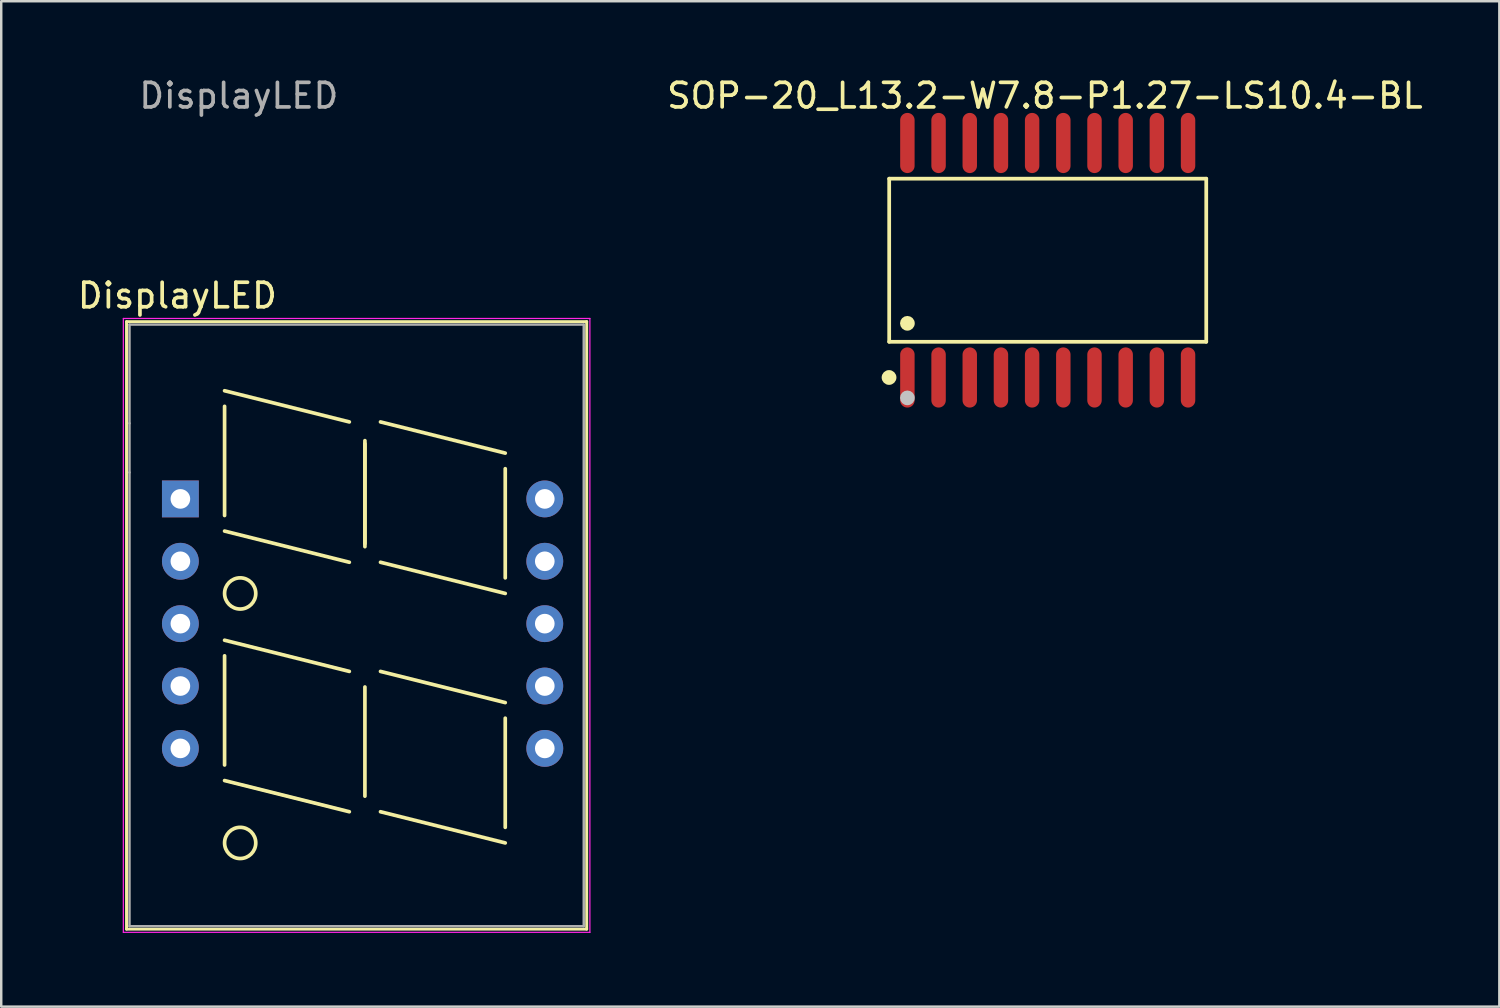
<source format=kicad_pcb>
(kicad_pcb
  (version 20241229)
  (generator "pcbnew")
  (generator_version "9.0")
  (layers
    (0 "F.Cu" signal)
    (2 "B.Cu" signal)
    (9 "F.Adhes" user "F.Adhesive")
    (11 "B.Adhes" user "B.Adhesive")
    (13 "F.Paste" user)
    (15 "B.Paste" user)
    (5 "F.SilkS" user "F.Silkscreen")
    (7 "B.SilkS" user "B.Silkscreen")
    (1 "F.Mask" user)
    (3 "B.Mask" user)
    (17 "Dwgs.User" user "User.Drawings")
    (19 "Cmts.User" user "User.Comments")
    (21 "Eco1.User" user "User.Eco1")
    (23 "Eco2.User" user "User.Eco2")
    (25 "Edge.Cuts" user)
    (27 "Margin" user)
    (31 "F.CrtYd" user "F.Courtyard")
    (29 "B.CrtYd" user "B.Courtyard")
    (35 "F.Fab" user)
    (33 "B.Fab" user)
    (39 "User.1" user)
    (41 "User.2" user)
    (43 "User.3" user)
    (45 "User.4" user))
  (footprint "SOP-20_L13.2-W7.8-P1.27-LS10.4-BL"
    (layer "F.Cu")
    (at 39.618 7.548)
    (property "Reference" "SOP-20_L13.2-W7.8-P1.27-LS10.4-BL" (at -0.115 -6.7 0) (unlocked yes) (layer "F.SilkS") (effects (font (size 1 1) (thickness 0.15))))
    (fp_line (start -6.456 -3.321) (end 6.456 -3.321) (stroke (width 0.152) (type default)) (layer "F.SilkS"))
    (fp_line (start -6.456 3.321) (end -6.456 -3.321) (stroke (width 0.152) (type default)) (layer "F.SilkS"))
    (fp_line (start 6.456 -3.321) (end 6.456 3.321) (stroke (width 0.152) (type default)) (layer "F.SilkS"))
    (fp_line (start 6.456 3.321) (end -6.456 3.321) (stroke (width 0.152) (type default)) (layer "F.SilkS"))
    (fp_circle (center -6.462 4.775) (end -6.311 4.775) (stroke (width 0.3) (type default)) (fill no) (layer "F.SilkS"))
    (fp_circle (center -5.715 2.569) (end -5.565 2.569) (stroke (width 0.3) (type default)) (fill no) (layer "F.SilkS"))
    (fp_circle (center -5.715 5.605) (end -5.565 5.605) (stroke (width 0.3) (type default)) (fill no) (layer "Dwgs.User"))
    (fp_poly (pts (xy -5.925 -5.205) (xy -5.925 -4.37) (xy -5.505 -4.37) (xy -5.505 -5.205)) (stroke (width 0.1) (type default)) (fill no) (layer "User.1"))
    (fp_poly (pts (xy -5.925 -4.38) (xy -5.925 -3.74) (xy -5.505 -3.74) (xy -5.505 -4.38)) (stroke (width 0.1) (type default)) (fill no) (layer "User.1"))
    (fp_poly (pts (xy -5.925 4.38) (xy -5.925 3.74) (xy -5.505 3.74) (xy -5.505 4.38)) (stroke (width 0.1) (type default)) (fill no) (layer "User.1"))
    (fp_poly (pts (xy -5.925 5.205) (xy -5.925 4.37) (xy -5.505 4.37) (xy -5.505 5.205)) (stroke (width 0.1) (type default)) (fill no) (layer "User.1"))
    (fp_poly (pts (xy -4.655 -5.205) (xy -4.655 -4.37) (xy -4.235 -4.37) (xy -4.235 -5.205)) (stroke (width 0.1) (type default)) (fill no) (layer "User.1"))
    (fp_poly (pts (xy -4.655 -4.38) (xy -4.655 -3.74) (xy -4.235 -3.74) (xy -4.235 -4.38)) (stroke (width 0.1) (type default)) (fill no) (layer "User.1"))
    (fp_poly (pts (xy -4.655 4.38) (xy -4.655 3.74) (xy -4.235 3.74) (xy -4.235 4.38)) (stroke (width 0.1) (type default)) (fill no) (layer "User.1"))
    (fp_poly (pts (xy -4.655 5.205) (xy -4.655 4.37) (xy -4.235 4.37) (xy -4.235 5.205)) (stroke (width 0.1) (type default)) (fill no) (layer "User.1"))
    (fp_poly (pts (xy -3.385 -5.205) (xy -3.385 -4.37) (xy -2.965 -4.37) (xy -2.965 -5.205)) (stroke (width 0.1) (type default)) (fill no) (layer "User.1"))
    (fp_poly (pts (xy -3.385 -4.38) (xy -3.385 -3.74) (xy -2.965 -3.74) (xy -2.965 -4.38)) (stroke (width 0.1) (type default)) (fill no) (layer "User.1"))
    (fp_poly (pts (xy -3.385 4.38) (xy -3.385 3.74) (xy -2.965 3.74) (xy -2.965 4.38)) (stroke (width 0.1) (type default)) (fill no) (layer "User.1"))
    (fp_poly (pts (xy -3.385 5.205) (xy -3.385 4.37) (xy -2.965 4.37) (xy -2.965 5.205)) (stroke (width 0.1) (type default)) (fill no) (layer "User.1"))
    (fp_poly (pts (xy -2.115 -5.205) (xy -2.115 -4.37) (xy -1.695 -4.37) (xy -1.695 -5.205)) (stroke (width 0.1) (type default)) (fill no) (layer "User.1"))
    (fp_poly (pts (xy -2.115 -4.38) (xy -2.115 -3.74) (xy -1.695 -3.74) (xy -1.695 -4.38)) (stroke (width 0.1) (type default)) (fill no) (layer "User.1"))
    (fp_poly (pts (xy -2.115 4.38) (xy -2.115 3.74) (xy -1.695 3.74) (xy -1.695 4.38)) (stroke (width 0.1) (type default)) (fill no) (layer "User.1"))
    (fp_poly (pts (xy -2.115 5.205) (xy -2.115 4.37) (xy -1.695 4.37) (xy -1.695 5.205)) (stroke (width 0.1) (type default)) (fill no) (layer "User.1"))
    (fp_poly (pts (xy -0.845 -5.205) (xy -0.845 -4.37) (xy -0.425 -4.37) (xy -0.425 -5.205)) (stroke (width 0.1) (type default)) (fill no) (layer "User.1"))
    (fp_poly (pts (xy -0.845 -4.38) (xy -0.845 -3.74) (xy -0.425 -3.74) (xy -0.425 -4.38)) (stroke (width 0.1) (type default)) (fill no) (layer "User.1"))
    (fp_poly (pts (xy -0.845 4.38) (xy -0.845 3.74) (xy -0.425 3.74) (xy -0.425 4.38)) (stroke (width 0.1) (type default)) (fill no) (layer "User.1"))
    (fp_poly (pts (xy -0.845 5.205) (xy -0.845 4.37) (xy -0.425 4.37) (xy -0.425 5.205)) (stroke (width 0.1) (type default)) (fill no) (layer "User.1"))
    (fp_poly (pts (xy 0.425 -5.205) (xy 0.425 -4.37) (xy 0.845 -4.37) (xy 0.845 -5.205)) (stroke (width 0.1) (type default)) (fill no) (layer "User.1"))
    (fp_poly (pts (xy 0.425 -4.38) (xy 0.425 -3.74) (xy 0.845 -3.74) (xy 0.845 -4.38)) (stroke (width 0.1) (type default)) (fill no) (layer "User.1"))
    (fp_poly (pts (xy 0.425 4.38) (xy 0.425 3.74) (xy 0.845 3.74) (xy 0.845 4.38)) (stroke (width 0.1) (type default)) (fill no) (layer "User.1"))
    (fp_poly (pts (xy 0.425 5.205) (xy 0.425 4.37) (xy 0.845 4.37) (xy 0.845 5.205)) (stroke (width 0.1) (type default)) (fill no) (layer "User.1"))
    (fp_poly (pts (xy 1.695 -5.205) (xy 1.695 -4.37) (xy 2.115 -4.37) (xy 2.115 -5.205)) (stroke (width 0.1) (type default)) (fill no) (layer "User.1"))
    (fp_poly (pts (xy 1.695 -4.38) (xy 1.695 -3.74) (xy 2.115 -3.74) (xy 2.115 -4.38)) (stroke (width 0.1) (type default)) (fill no) (layer "User.1"))
    (fp_poly (pts (xy 1.695 4.38) (xy 1.695 3.74) (xy 2.115 3.74) (xy 2.115 4.38)) (stroke (width 0.1) (type default)) (fill no) (layer "User.1"))
    (fp_poly (pts (xy 1.695 5.205) (xy 1.695 4.37) (xy 2.115 4.37) (xy 2.115 5.205)) (stroke (width 0.1) (type default)) (fill no) (layer "User.1"))
    (fp_poly (pts (xy 2.965 -5.205) (xy 2.965 -4.37) (xy 3.385 -4.37) (xy 3.385 -5.205)) (stroke (width 0.1) (type default)) (fill no) (layer "User.1"))
    (fp_poly (pts (xy 2.965 -4.38) (xy 2.965 -3.74) (xy 3.385 -3.74) (xy 3.385 -4.38)) (stroke (width 0.1) (type default)) (fill no) (layer "User.1"))
    (fp_poly (pts (xy 2.965 4.38) (xy 2.965 3.74) (xy 3.385 3.74) (xy 3.385 4.38)) (stroke (width 0.1) (type default)) (fill no) (layer "User.1"))
    (fp_poly (pts (xy 2.965 5.205) (xy 2.965 4.37) (xy 3.385 4.37) (xy 3.385 5.205)) (stroke (width 0.1) (type default)) (fill no) (layer "User.1"))
    (fp_poly (pts (xy 4.235 -5.205) (xy 4.235 -4.37) (xy 4.655 -4.37) (xy 4.655 -5.205)) (stroke (width 0.1) (type default)) (fill no) (layer "User.1"))
    (fp_poly (pts (xy 4.235 -4.38) (xy 4.235 -3.74) (xy 4.655 -3.74) (xy 4.655 -4.38)) (stroke (width 0.1) (type default)) (fill no) (layer "User.1"))
    (fp_poly (pts (xy 4.235 4.38) (xy 4.235 3.74) (xy 4.655 3.74) (xy 4.655 4.38)) (stroke (width 0.1) (type default)) (fill no) (layer "User.1"))
    (fp_poly (pts (xy 4.235 5.205) (xy 4.235 4.37) (xy 4.655 4.37) (xy 4.655 5.205)) (stroke (width 0.1) (type default)) (fill no) (layer "User.1"))
    (fp_poly (pts (xy 5.505 -5.205) (xy 5.505 -4.37) (xy 5.925 -4.37) (xy 5.925 -5.205)) (stroke (width 0.1) (type default)) (fill no) (layer "User.1"))
    (fp_poly (pts (xy 5.505 -4.38) (xy 5.505 -3.74) (xy 5.925 -3.74) (xy 5.925 -4.38)) (stroke (width 0.1) (type default)) (fill no) (layer "User.1"))
    (fp_poly (pts (xy 5.505 4.38) (xy 5.505 3.74) (xy 5.925 3.74) (xy 5.925 4.38)) (stroke (width 0.1) (type default)) (fill no) (layer "User.1"))
    (fp_poly (pts (xy 5.505 5.205) (xy 5.505 4.37) (xy 5.925 4.37) (xy 5.925 5.205)) (stroke (width 0.1) (type default)) (fill no) (layer "User.1"))
    (fp_line (start -6.38 -3.75) (end 6.38 -3.75) (stroke (width 0.051) (type default)) (layer "User.2"))
    (fp_line (start -6.38 3.75) (end -6.38 -3.75) (stroke (width 0.051) (type default)) (layer "User.2"))
    (fp_line (start 6.38 -3.75) (end 6.38 3.75) (stroke (width 0.051) (type default)) (layer "User.2"))
    (fp_line (start 6.38 3.75) (end -6.38 3.75) (stroke (width 0.051) (type default)) (layer "User.2"))
    (fp_poly (pts (xy -6.32 5.205) (xy -6.338 5.163) (xy -6.38 5.145) (xy -6.422 5.163) (xy -6.44 5.205) (xy -6.422 5.247) (xy -6.38 5.265) (xy -6.338 5.247)) (stroke (width 0.1) (type default)) (fill no) (layer "User.3"))
    (pad "1" smd oval (at -5.715 4.775) (size 0.588 2.45) (layers "F.Cu" "F.Mask" "F.Paste"))
    (pad "2" smd oval (at -4.445 4.775) (size 0.588 2.45) (layers "F.Cu" "F.Mask" "F.Paste"))
    (pad "3" smd oval (at -3.175 4.775) (size 0.588 2.45) (layers "F.Cu" "F.Mask" "F.Paste"))
    (pad "4" smd oval (at -1.905 4.775) (size 0.588 2.45) (layers "F.Cu" "F.Mask" "F.Paste"))
    (pad "5" smd oval (at -0.635 4.775) (size 0.588 2.45) (layers "F.Cu" "F.Mask" "F.Paste"))
    (pad "6" smd oval (at 0.635 4.775) (size 0.588 2.45) (layers "F.Cu" "F.Mask" "F.Paste"))
    (pad "7" smd oval (at 1.905 4.775) (size 0.588 2.45) (layers "F.Cu" "F.Mask" "F.Paste"))
    (pad "8" smd oval (at 3.175 4.775) (size 0.588 2.45) (layers "F.Cu" "F.Mask" "F.Paste"))
    (pad "9" smd oval (at 4.445 4.775) (size 0.588 2.45) (layers "F.Cu" "F.Mask" "F.Paste"))
    (pad "10" smd oval (at 5.715 4.775) (size 0.588 2.45) (layers "F.Cu" "F.Mask" "F.Paste"))
    (pad "11" smd oval (at 5.715 -4.775) (size 0.588 2.45) (layers "F.Cu" "F.Mask" "F.Paste"))
    (pad "12" smd oval (at 4.445 -4.775) (size 0.588 2.45) (layers "F.Cu" "F.Mask" "F.Paste"))
    (pad "13" smd oval (at 3.175 -4.775) (size 0.588 2.45) (layers "F.Cu" "F.Mask" "F.Paste"))
    (pad "14" smd oval (at 1.905 -4.775) (size 0.588 2.45) (layers "F.Cu" "F.Mask" "F.Paste"))
    (pad "15" smd oval (at 0.635 -4.775) (size 0.588 2.45) (layers "F.Cu" "F.Mask" "F.Paste"))
    (pad "16" smd oval (at -0.635 -4.775) (size 0.588 2.45) (layers "F.Cu" "F.Mask" "F.Paste"))
    (pad "17" smd oval (at -1.905 -4.775) (size 0.588 2.45) (layers "F.Cu" "F.Mask" "F.Paste"))
    (pad "18" smd oval (at -3.175 -4.775) (size 0.588 2.45) (layers "F.Cu" "F.Mask" "F.Paste"))
    (pad "19" smd oval (at -4.445 -4.775) (size 0.588 2.45) (layers "F.Cu" "F.Mask" "F.Paste"))
    (pad "20" smd oval (at -5.715 -4.775) (size 0.588 2.45) (layers "F.Cu" "F.Mask" "F.Paste")))
  (footprint "DisplayLED"
    (layer "F.Cu")
    (at 11.176 21.848)
    (property "Reference" "DisplayLED" (at -7.003 -12.859 0) (layer "F.SilkS") (effects (font (size 1 1) (thickness 0.15))))
    (attr through_hole)
    (fp_line (start -9.073 -11.799) (end 9.667 -11.799) (stroke (width 0.12) (type solid)) (layer "F.SilkS"))
    (fp_line (start -9.073 12.941) (end -9.073 -11.799) (stroke (width 0.12) (type solid)) (layer "F.SilkS"))
    (fp_line (start -5.08 -8.35) (end -5.08 -3.905) (stroke (width 0.15) (type solid)) (layer "F.SilkS"))
    (fp_line (start -5.08 1.175) (end 0 2.445) (stroke (width 0.15) (type solid)) (layer "F.SilkS"))
    (fp_line (start -5.08 1.81) (end -5.08 6.255) (stroke (width 0.15) (type solid)) (layer "F.SilkS"))
    (fp_line (start 0 -7.715) (end -5.08 -8.985) (stroke (width 0.15) (type solid)) (layer "F.SilkS"))
    (fp_line (start 0 -2) (end -5.08 -3.27) (stroke (width 0.15) (type solid)) (layer "F.SilkS"))
    (fp_line (start 0 8.16) (end -5.08 6.89) (stroke (width 0.15) (type solid)) (layer "F.SilkS"))
    (fp_line (start 0.635 -6.953) (end 0.635 -2.635) (stroke (width 0.15) (type solid)) (layer "F.SilkS"))
    (fp_line (start 0.635 -6.826) (end 0.635 -2.762) (stroke (width 0.15) (type solid)) (layer "F.SilkS"))
    (fp_line (start 0.635 3.08) (end 0.635 7.525) (stroke (width 0.15) (type solid)) (layer "F.SilkS"))
    (fp_line (start 1.27 -7.715) (end 6.35 -6.445) (stroke (width 0.15) (type solid)) (layer "F.SilkS"))
    (fp_line (start 1.27 -2) (end 6.35 -0.73) (stroke (width 0.15) (type solid)) (layer "F.SilkS"))
    (fp_line (start 1.27 2.445) (end 6.35 3.715) (stroke (width 0.15) (type solid)) (layer "F.SilkS"))
    (fp_line (start 1.27 8.16) (end 6.35 9.43) (stroke (width 0.15) (type solid)) (layer "F.SilkS"))
    (fp_line (start 6.35 -5.81) (end 6.35 -1.365) (stroke (width 0.15) (type solid)) (layer "F.SilkS"))
    (fp_line (start 6.35 4.35) (end 6.35 8.795) (stroke (width 0.15) (type solid)) (layer "F.SilkS"))
    (fp_line (start 9.667 -11.799) (end 9.667 12.941) (stroke (width 0.12) (type solid)) (layer "F.SilkS"))
    (fp_line (start 9.667 12.941) (end -9.073 12.941) (stroke (width 0.12) (type solid)) (layer "F.SilkS"))
    (fp_circle (center -4.445 -0.73) (end -4.445 -0.095) (stroke (width 0.15) (type solid)) (fill no) (layer "F.SilkS"))
    (fp_circle (center -4.445 9.43) (end -4.445 10.065) (stroke (width 0.15) (type solid)) (fill no) (layer "F.SilkS"))
    (fp_line (start -9.203 -11.929) (end 9.797 -11.929) (stroke (width 0.05) (type solid)) (layer "F.CrtYd"))
    (fp_line (start -9.203 13.071) (end -9.203 -11.929) (stroke (width 0.05) (type solid)) (layer "F.CrtYd"))
    (fp_line (start 9.797 -11.929) (end 9.797 13.071) (stroke (width 0.05) (type solid)) (layer "F.CrtYd"))
    (fp_line (start 9.797 13.071) (end -9.203 13.071) (stroke (width 0.05) (type solid)) (layer "F.CrtYd"))
    (fp_line (start -8.953 -11.679) (end 9.547 -11.679) (stroke (width 0.1) (type solid)) (layer "F.Fab"))
    (fp_line (start -8.953 -7.659) (end -8.953 -11.679) (stroke (width 0.1) (type solid)) (layer "F.Fab"))
    (fp_line (start -8.953 -5.659) (end -8.953 -7.659) (stroke (width 0.1) (type solid)) (layer "F.Fab"))
    (fp_line (start -8.953 12.821) (end -8.953 -5.659) (stroke (width 0.1) (type solid)) (layer "F.Fab"))
    (fp_line (start 9.547 -11.679) (end 9.547 12.821) (stroke (width 0.1) (type solid)) (layer "F.Fab"))
    (fp_line (start 9.547 12.821) (end -8.953 12.821) (stroke (width 0.1) (type solid)) (layer "F.Fab"))
    (fp_text user "${REFERENCE}" (at -4.5 -21 0) (layer "F.Fab") (effects (font (size 1 1) (thickness 0.15))))
    (pad "1" thru_hole rect (at -6.88 -4.58) (size 1.5 1.5) (drill 0.8) (layers "*.Cu" "*.Mask"))
    (pad "2" thru_hole circle (at -6.88 -2.04) (size 1.5 1.5) (drill 0.8) (layers "*.Cu" "*.Mask"))
    (pad "3" thru_hole circle (at -6.88 0.5) (size 1.5 1.5) (drill 0.8) (layers "*.Cu" "*.Mask"))
    (pad "4" thru_hole circle (at -6.88 3.04) (size 1.5 1.5) (drill 0.8) (layers "*.Cu" "*.Mask"))
    (pad "5" thru_hole circle (at -6.88 5.58) (size 1.5 1.5) (drill 0.8) (layers "*.Cu" "*.Mask"))
    (pad "6" thru_hole circle (at 7.96 5.58) (size 1.5 1.5) (drill 0.8) (layers "*.Cu" "*.Mask"))
    (pad "7" thru_hole circle (at 7.96 3.04) (size 1.5 1.5) (drill 0.8) (layers "*.Cu" "*.Mask"))
    (pad "8" thru_hole circle (at 7.96 0.5) (size 1.5 1.5) (drill 0.8) (layers "*.Cu" "*.Mask"))
    (pad "9" thru_hole circle (at 7.96 -2.04) (size 1.5 1.5) (drill 0.8) (layers "*.Cu" "*.Mask"))
    (pad "10" thru_hole circle (at 7.96 -4.58) (size 1.5 1.5) (drill 0.8) (layers "*.Cu" "*.Mask")))
  (gr_rect
    (start -3 -3)
    (end 58.01 37.944)
    (stroke (width 0.1) (type default))
    (fill no)
    (layer "Edge.Cuts")))
</source>
